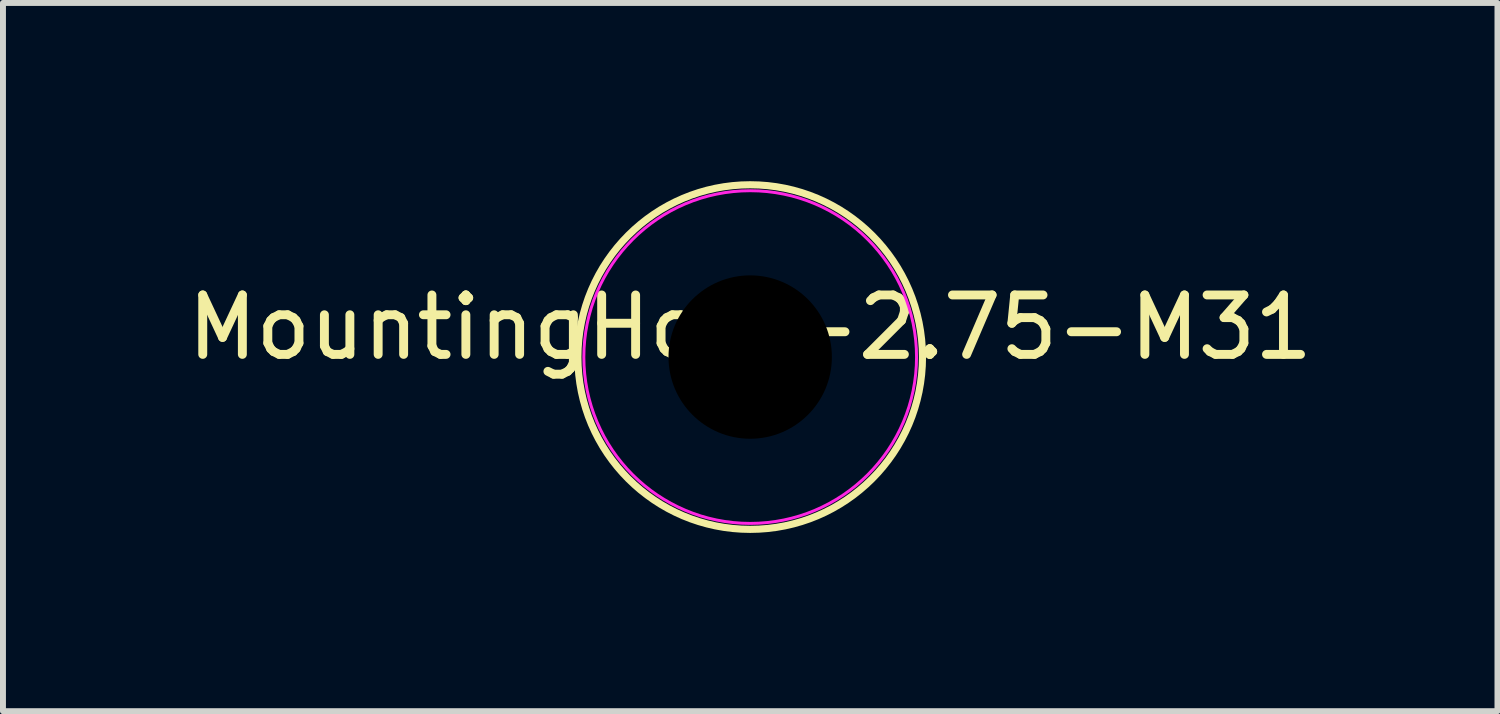
<source format=kicad_pcb>
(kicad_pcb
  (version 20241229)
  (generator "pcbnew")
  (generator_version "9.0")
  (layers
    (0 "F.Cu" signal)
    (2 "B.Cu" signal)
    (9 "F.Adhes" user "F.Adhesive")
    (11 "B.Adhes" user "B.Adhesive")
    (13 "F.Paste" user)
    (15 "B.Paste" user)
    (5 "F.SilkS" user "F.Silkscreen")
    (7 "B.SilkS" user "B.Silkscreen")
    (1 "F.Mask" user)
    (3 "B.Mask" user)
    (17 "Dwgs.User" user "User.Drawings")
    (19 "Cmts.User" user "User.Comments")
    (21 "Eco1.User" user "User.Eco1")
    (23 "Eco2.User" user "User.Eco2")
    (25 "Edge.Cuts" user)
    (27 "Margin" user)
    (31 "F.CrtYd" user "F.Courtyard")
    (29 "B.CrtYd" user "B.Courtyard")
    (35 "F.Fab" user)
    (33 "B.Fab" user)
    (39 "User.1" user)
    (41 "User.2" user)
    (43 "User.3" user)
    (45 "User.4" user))
  (footprint "MountingHole-2.75-M31"
    (layer "F.Cu")
    (at 9.577 2.96)
    (property "Reference" "MountingHole-2.75-M31" (at 0 -0.5 0) (unlocked yes) (layer "F.SilkS") (effects (font (size 1 1) (thickness 0.15))))
    (attr through_hole)
    (fp_circle (center 0 0) (end 2.9 0) (stroke (width 0.12) (type solid)) (fill no) (layer "F.SilkS"))
    (fp_circle (center 0 0) (end 2.8 0) (stroke (width 0.05) (type solid)) (fill no) (layer "F.CrtYd"))
    (pad "" np_thru_hole circle (at 0 0) (size 2.75 2.75) (drill 2.75) (layers "*.Mask")))
  (gr_rect
    (start -3 -3)
    (end 22.155 8.92)
    (stroke (width 0.1) (type default))
    (fill no)
    (layer "Edge.Cuts")))
</source>
